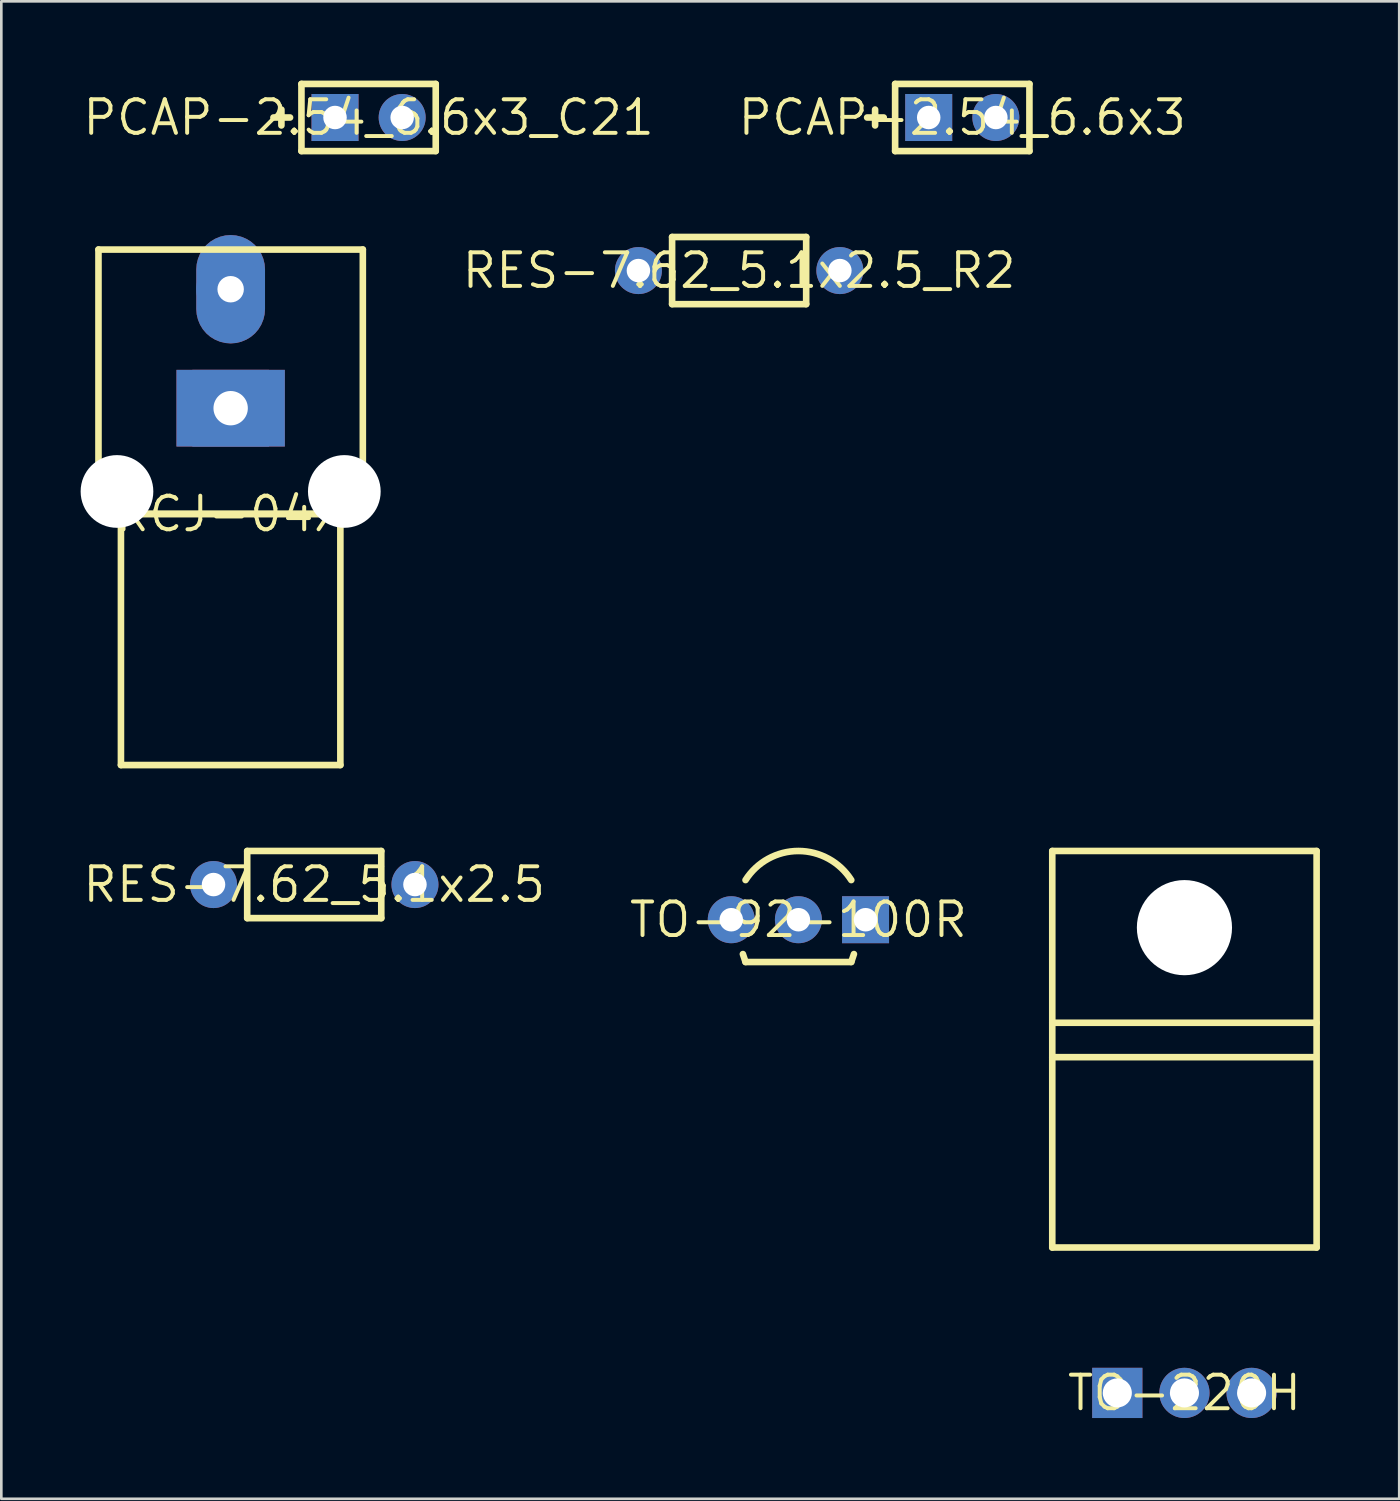
<source format=kicad_pcb>
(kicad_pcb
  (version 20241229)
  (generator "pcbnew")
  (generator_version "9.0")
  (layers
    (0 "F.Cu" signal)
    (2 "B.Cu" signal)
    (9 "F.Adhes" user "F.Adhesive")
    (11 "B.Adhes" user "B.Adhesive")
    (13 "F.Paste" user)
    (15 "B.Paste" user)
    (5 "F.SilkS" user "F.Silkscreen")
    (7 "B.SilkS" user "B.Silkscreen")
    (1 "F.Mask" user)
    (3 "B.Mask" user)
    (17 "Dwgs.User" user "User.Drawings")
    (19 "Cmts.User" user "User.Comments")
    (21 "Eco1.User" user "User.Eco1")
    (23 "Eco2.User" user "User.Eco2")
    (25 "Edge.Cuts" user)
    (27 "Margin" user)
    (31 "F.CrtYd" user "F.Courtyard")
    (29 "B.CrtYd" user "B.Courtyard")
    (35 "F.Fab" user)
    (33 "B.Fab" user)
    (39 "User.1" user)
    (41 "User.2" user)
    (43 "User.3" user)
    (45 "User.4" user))
  (footprint "RES-7.62_5.1x2.5"
    (layer "F.Cu")
    (at 8.837 30.411)
    (property "Reference" "RES-7.62_5.1x2.5" (at 0 0 0) (layer "F.SilkS") (effects (font (size 1.27 1.27) (thickness 0.15))))
    (fp_line (start -2.536 -1.27) (end 2.536 -1.27) (stroke (width 0.25) (type solid)) (layer "F.SilkS"))
    (fp_line (start -2.536 1.27) (end -2.536 -1.27) (stroke (width 0.25) (type solid)) (layer "F.SilkS"))
    (fp_line (start -2.536 1.27) (end 2.536 1.27) (stroke (width 0.25) (type solid)) (layer "F.SilkS"))
    (fp_line (start 2.536 1.27) (end 2.536 -1.27) (stroke (width 0.25) (type solid)) (layer "F.SilkS"))
    (pad "1" thru_hole circle (at -3.81 0) (size 1.778 1.778) (drill 0.889) (layers "*.Cu" "*.Mask"))
    (pad "2" thru_hole circle (at 3.81 0) (size 1.778 1.778) (drill 0.889) (layers "*.Cu" "*.Mask")))
  (footprint "TO-220H"
    (layer "F.Cu")
    (at 41.755 49.641)
    (property "Reference" "TO-220H" (at 0 0 0) (layer "F.SilkS") (effects (font (size 1.27 1.27) (thickness 0.15))))
    (fp_line (start -5 -20.5) (end 5 -20.5) (stroke (width 0.25) (type solid)) (layer "F.SilkS"))
    (fp_line (start -5 -14.001) (end 5 -14.001) (stroke (width 0.25) (type solid)) (layer "F.SilkS"))
    (fp_line (start -5 -12.701) (end 4.9 -12.701) (stroke (width 0.25) (type solid)) (layer "F.SilkS"))
    (fp_line (start -5 -5.5) (end -5 -20.5) (stroke (width 0.25) (type solid)) (layer "F.SilkS"))
    (fp_line (start 5 -20.5) (end 5 -5.5) (stroke (width 0.25) (type solid)) (layer "F.SilkS"))
    (fp_line (start 5 -5.5) (end -5 -5.5) (stroke (width 0.25) (type solid)) (layer "F.SilkS"))
    (pad "" np_thru_hole circle (at 0 -17.6) (size 3.6 3.6) (drill 3.6) (layers "*.Cu" "*.Mask"))
    (pad "1" thru_hole rect (at -2.54 0) (size 1.9 1.9) (drill 1.1) (layers "*.Cu" "*.Mask"))
    (pad "2" thru_hole circle (at 0 0) (size 1.9 1.9) (drill 1.1) (layers "*.Cu" "*.Mask"))
    (pad "3" thru_hole circle (at 2.54 0) (size 1.9 1.9) (drill 1.1) (layers "*.Cu" "*.Mask")))
  (footprint "RES-7.62_5.1x2.5_R2"
    (layer "F.Cu")
    (at 24.91 7.185)
    (property "Reference" "RES-7.62_5.1x2.5_R2" (at 0 0 0) (layer "F.SilkS") (effects (font (size 1.27 1.27) (thickness 0.15))))
    (fp_line (start -2.536 -1.27) (end 2.536 -1.27) (stroke (width 0.25) (type solid)) (layer "F.SilkS"))
    (fp_line (start -2.536 1.27) (end -2.536 -1.27) (stroke (width 0.25) (type solid)) (layer "F.SilkS"))
    (fp_line (start -2.536 1.27) (end 2.536 1.27) (stroke (width 0.25) (type solid)) (layer "F.SilkS"))
    (fp_line (start 2.536 1.27) (end 2.536 -1.27) (stroke (width 0.25) (type solid)) (layer "F.SilkS"))
    (pad "1" thru_hole circle (at -3.81 0) (size 1.778 1.778) (drill 0.889) (layers "*.Cu" "*.Mask"))
    (pad "2" thru_hole circle (at 3.81 0) (size 1.778 1.778) (drill 0.889) (layers "*.Cu" "*.Mask")))
  (footprint "PCAP-2.54_6.6x3_C21"
    (layer "F.Cu")
    (at 10.893 1.395)
    (property "Reference" "PCAP-2.54_6.6x3_C21" (at 0 0 0) (layer "F.SilkS") (effects (font (size 1.27 1.27) (thickness 0.15))))
    (fp_line (start -3.599 0) (end -2.971 0) (stroke (width 0.25) (type solid)) (layer "F.SilkS"))
    (fp_line (start -3.298 0.3) (end -3.298 -0.3) (stroke (width 0.25) (type solid)) (layer "F.SilkS"))
    (fp_line (start -2.54 -1.27) (end 2.54 -1.27) (stroke (width 0.25) (type solid)) (layer "F.SilkS"))
    (fp_line (start -2.54 1.27) (end -2.54 -1.27) (stroke (width 0.25) (type solid)) (layer "F.SilkS"))
    (fp_line (start 2.54 -1.27) (end 2.54 1.27) (stroke (width 0.25) (type solid)) (layer "F.SilkS"))
    (fp_line (start 2.54 1.27) (end -2.54 1.27) (stroke (width 0.25) (type solid)) (layer "F.SilkS"))
    (pad "1" thru_hole rect (at -1.27 0) (size 1.778 1.778) (drill 0.889) (layers "*.Cu" "*.Mask"))
    (pad "2" thru_hole circle (at 1.27 0) (size 1.778 1.778) (drill 0.889) (layers "*.Cu" "*.Mask")))
  (footprint "RCJ-04X"
    (layer "F.Cu")
    (at 5.675 16.391)
    (property "Reference" "RCJ-04X" (at 0 0 0) (layer "F.SilkS") (effects (font (size 1.27 1.27) (thickness 0.15))))
    (fp_poly (pts (xy 2.05 -2.55) (xy -2.05 -2.55) (xy -2.05 -5.45) (xy 2.05 -5.45)) (stroke (width 0) (type default)) (fill yes) (layer "F.Cu"))
    (fp_poly (pts (xy 0.203 -10.534) (xy 0.401 -10.486) (xy 0.59 -10.408) (xy 0.765 -10.302) (xy 0.92 -10.17) (xy 1.052 -10.015) (xy 1.158 -9.84) (xy 1.236 -9.651) (xy 1.284 -9.453) (xy 1.3 -9.25) (xy 1.3 -7.75) (xy 1.284 -7.547) (xy 1.236 -7.349) (xy 1.158 -7.16) (xy 1.052 -6.985) (xy 0.92 -6.83) (xy 0.765 -6.698) (xy 0.59 -6.592) (xy 0.401 -6.514) (xy 0.203 -6.466) (xy 0 -6.45) (xy -0.203 -6.466) (xy -0.401 -6.514) (xy -0.59 -6.592) (xy -0.765 -6.698) (xy -0.92 -6.83) (xy -1.052 -6.985) (xy -1.158 -7.16) (xy -1.236 -7.349) (xy -1.284 -7.547) (xy -1.3 -7.75) (xy -1.3 -9.25) (xy -1.284 -9.453) (xy -1.236 -9.651) (xy -1.158 -9.84) (xy -1.052 -10.015) (xy -0.92 -10.17) (xy -0.765 -10.302) (xy -0.59 -10.408) (xy -0.401 -10.486) (xy -0.203 -10.534) (xy 0 -10.55)) (stroke (width 0) (type default)) (fill yes) (layer "F.Cu"))
    (fp_poly (pts (xy -2.15 -5.55) (xy 2.15 -5.55) (xy 2.15 -2.45) (xy -2.15 -2.45)) (stroke (width 0) (type default)) (fill yes) (layer "F.Mask"))
    (fp_poly (pts (xy 0.211 -10.584) (xy 0.417 -10.535) (xy 0.613 -10.454) (xy 0.795 -10.343) (xy 0.956 -10.206) (xy 1.093 -10.045) (xy 1.204 -9.863) (xy 1.285 -9.667) (xy 1.334 -9.461) (xy 1.351 -9.25) (xy 1.351 -7.75) (xy 1.334 -7.539) (xy 1.285 -7.333) (xy 1.204 -7.137) (xy 1.093 -6.955) (xy 0.956 -6.794) (xy 0.795 -6.657) (xy 0.613 -6.546) (xy 0.417 -6.465) (xy 0.211 -6.416) (xy 0 -6.399) (xy -0.211 -6.416) (xy -0.417 -6.465) (xy -0.613 -6.546) (xy -0.795 -6.657) (xy -0.956 -6.794) (xy -1.093 -6.955) (xy -1.204 -7.137) (xy -1.285 -7.333) (xy -1.334 -7.539) (xy -1.351 -7.75) (xy -1.351 -9.25) (xy -1.334 -9.461) (xy -1.285 -9.667) (xy -1.204 -9.863) (xy -1.093 -10.045) (xy -0.956 -10.206) (xy -0.795 -10.343) (xy -0.613 -10.454) (xy -0.417 -10.535) (xy -0.211 -10.584) (xy 0 -10.601)) (stroke (width 0) (type default)) (fill yes) (layer "F.Mask"))
    (fp_poly (pts (xy 2.05 -2.55) (xy -2.05 -2.55) (xy -2.05 -5.45) (xy 2.05 -5.45)) (stroke (width 0) (type default)) (fill yes) (layer "B.Cu"))
    (fp_poly (pts (xy 0.203 -10.534) (xy 0.401 -10.486) (xy 0.59 -10.408) (xy 0.765 -10.302) (xy 0.92 -10.17) (xy 1.052 -10.015) (xy 1.158 -9.84) (xy 1.236 -9.651) (xy 1.284 -9.453) (xy 1.3 -9.25) (xy 1.3 -7.75) (xy 1.284 -7.547) (xy 1.236 -7.349) (xy 1.158 -7.16) (xy 1.052 -6.985) (xy 0.92 -6.83) (xy 0.765 -6.698) (xy 0.59 -6.592) (xy 0.401 -6.514) (xy 0.203 -6.466) (xy 0 -6.45) (xy -0.203 -6.466) (xy -0.401 -6.514) (xy -0.59 -6.592) (xy -0.765 -6.698) (xy -0.92 -6.83) (xy -1.052 -6.985) (xy -1.158 -7.16) (xy -1.236 -7.349) (xy -1.284 -7.547) (xy -1.3 -7.75) (xy -1.3 -9.25) (xy -1.284 -9.453) (xy -1.236 -9.651) (xy -1.158 -9.84) (xy -1.052 -10.015) (xy -0.92 -10.17) (xy -0.765 -10.302) (xy -0.59 -10.408) (xy -0.401 -10.486) (xy -0.203 -10.534) (xy 0 -10.55)) (stroke (width 0) (type default)) (fill yes) (layer "B.Cu"))
    (fp_poly (pts (xy -2.1 -5.5) (xy 2.1 -5.5) (xy 2.1 -2.5) (xy -2.1 -2.5)) (stroke (width 0) (type default)) (fill yes) (layer "B.Mask"))
    (fp_poly (pts (xy 0.211 -10.584) (xy 0.417 -10.535) (xy 0.613 -10.454) (xy 0.795 -10.343) (xy 0.956 -10.206) (xy 1.093 -10.045) (xy 1.204 -9.863) (xy 1.285 -9.667) (xy 1.334 -9.461) (xy 1.351 -9.25) (xy 1.351 -7.75) (xy 1.334 -7.539) (xy 1.285 -7.333) (xy 1.204 -7.137) (xy 1.093 -6.955) (xy 0.956 -6.794) (xy 0.795 -6.657) (xy 0.613 -6.546) (xy 0.417 -6.465) (xy 0.211 -6.416) (xy 0 -6.399) (xy -0.211 -6.416) (xy -0.417 -6.465) (xy -0.613 -6.546) (xy -0.795 -6.657) (xy -0.956 -6.794) (xy -1.093 -6.955) (xy -1.204 -7.137) (xy -1.285 -7.333) (xy -1.334 -7.539) (xy -1.351 -7.75) (xy -1.351 -9.25) (xy -1.334 -9.461) (xy -1.285 -9.667) (xy -1.204 -9.863) (xy -1.093 -10.045) (xy -0.956 -10.206) (xy -0.795 -10.343) (xy -0.613 -10.454) (xy -0.417 -10.535) (xy -0.211 -10.584) (xy 0 -10.601)) (stroke (width 0) (type default)) (fill yes) (layer "B.Mask"))
    (fp_line (start -5 -10.001) (end 5 -10.001) (stroke (width 0.25) (type solid)) (layer "F.SilkS"))
    (fp_line (start -5 0) (end -5 -10.001) (stroke (width 0.25) (type solid)) (layer "F.SilkS"))
    (fp_line (start -4.15 0) (end 4.15 0) (stroke (width 0.25) (type solid)) (layer "F.SilkS"))
    (fp_line (start -4.15 9.5) (end -4.15 0) (stroke (width 0.25) (type solid)) (layer "F.SilkS"))
    (fp_line (start 4.15 0) (end 4.15 9.5) (stroke (width 0.25) (type solid)) (layer "F.SilkS"))
    (fp_line (start 4.15 9.5) (end -4.15 9.5) (stroke (width 0.25) (type solid)) (layer "F.SilkS"))
    (fp_line (start 5 -10.001) (end 5 0) (stroke (width 0.25) (type solid)) (layer "F.SilkS"))
    (fp_line (start 5 0) (end -5 0) (stroke (width 0.25) (type solid)) (layer "F.SilkS"))
    (pad "" np_thru_hole circle (at -4.3 -0.85) (size 2.75 2.75) (drill 2.75) (layers "*.Cu" "*.Mask"))
    (pad "" np_thru_hole circle (at 4.3 -0.85) (size 2.75 2.75) (drill 2.75) (layers "*.Cu" "*.Mask"))
    (pad "1" thru_hole rect (at 0 -4) (size 2.9 2.9) (drill 1.3) (layers "*.Cu"))
    (pad "2" thru_hole circle (at 0 -8.5) (size 2.6 2.6) (drill 1) (layers "*.Cu")))
  (footprint "PCAP-2.54_6.6x3"
    (layer "F.Cu")
    (at 33.351 1.395)
    (property "Reference" "PCAP-2.54_6.6x3" (at 0 0 0) (layer "F.SilkS") (effects (font (size 1.27 1.27) (thickness 0.15))))
    (fp_line (start -3.599 0) (end -2.971 0) (stroke (width 0.25) (type solid)) (layer "F.SilkS"))
    (fp_line (start -3.298 0.3) (end -3.298 -0.3) (stroke (width 0.25) (type solid)) (layer "F.SilkS"))
    (fp_line (start -2.54 -1.27) (end 2.54 -1.27) (stroke (width 0.25) (type solid)) (layer "F.SilkS"))
    (fp_line (start -2.54 1.27) (end -2.54 -1.27) (stroke (width 0.25) (type solid)) (layer "F.SilkS"))
    (fp_line (start 2.54 -1.27) (end 2.54 1.27) (stroke (width 0.25) (type solid)) (layer "F.SilkS"))
    (fp_line (start 2.54 1.27) (end -2.54 1.27) (stroke (width 0.25) (type solid)) (layer "F.SilkS"))
    (pad "1" thru_hole rect (at -1.27 0) (size 1.778 1.778) (drill 0.889) (layers "*.Cu" "*.Mask"))
    (pad "2" thru_hole circle (at 1.27 0) (size 1.778 1.778) (drill 0.889) (layers "*.Cu" "*.Mask")))
  (footprint "TO-92-100R"
    (layer "F.Cu")
    (at 27.152 31.741)
    (property "Reference" "TO-92-100R" (at 0 0 0) (layer "F.SilkS") (effects (font (size 1.27 1.27) (thickness 0.15))))
    (fp_line (start -2 1.6) (end -2.1 1.3) (stroke (width 0.25) (type solid)) (layer "F.SilkS"))
    (fp_line (start -2 1.6) (end 2 1.6) (stroke (width 0.25) (type solid)) (layer "F.SilkS"))
    (fp_line (start 2 1.6) (end 2.1 1.3) (stroke (width 0.25) (type solid)) (layer "F.SilkS"))
    (fp_arc (start -2 -1.499999) (mid 0 -2.599716) (end 2 -1.5) (stroke (width 0.25) (type solid)) (layer "F.SilkS"))
    (pad "1" thru_hole rect (at 2.54 0 90) (size 1.778 1.778) (drill 0.889) (layers "*.Cu" "*.Mask"))
    (pad "2" thru_hole circle (at 0 0 90) (size 1.778 1.778) (drill 0.889) (layers "*.Cu" "*.Mask"))
    (pad "3" thru_hole circle (at -2.54 0 90) (size 1.778 1.778) (drill 0.889) (layers "*.Cu" "*.Mask")))
  (gr_rect
    (start -3 -3)
    (end 49.88 53.647)
    (stroke (width 0.1) (type default))
    (fill no)
    (layer "Edge.Cuts")))
</source>
